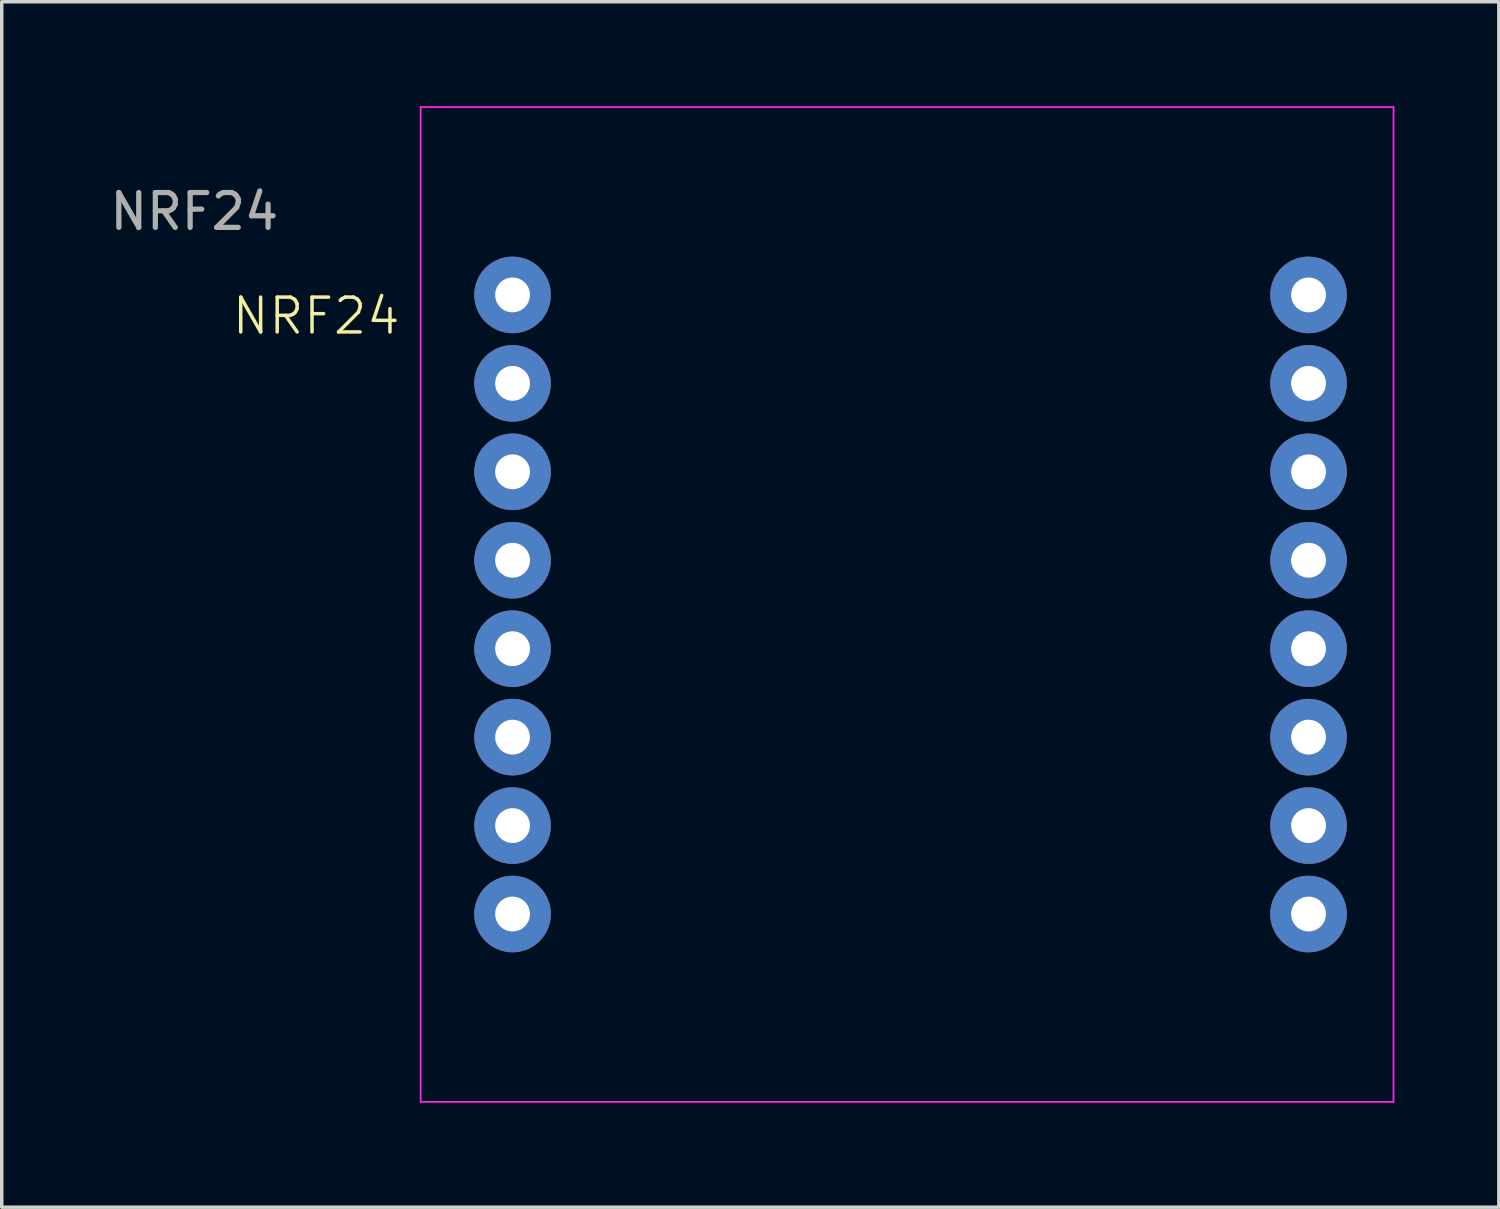
<source format=kicad_pcb>
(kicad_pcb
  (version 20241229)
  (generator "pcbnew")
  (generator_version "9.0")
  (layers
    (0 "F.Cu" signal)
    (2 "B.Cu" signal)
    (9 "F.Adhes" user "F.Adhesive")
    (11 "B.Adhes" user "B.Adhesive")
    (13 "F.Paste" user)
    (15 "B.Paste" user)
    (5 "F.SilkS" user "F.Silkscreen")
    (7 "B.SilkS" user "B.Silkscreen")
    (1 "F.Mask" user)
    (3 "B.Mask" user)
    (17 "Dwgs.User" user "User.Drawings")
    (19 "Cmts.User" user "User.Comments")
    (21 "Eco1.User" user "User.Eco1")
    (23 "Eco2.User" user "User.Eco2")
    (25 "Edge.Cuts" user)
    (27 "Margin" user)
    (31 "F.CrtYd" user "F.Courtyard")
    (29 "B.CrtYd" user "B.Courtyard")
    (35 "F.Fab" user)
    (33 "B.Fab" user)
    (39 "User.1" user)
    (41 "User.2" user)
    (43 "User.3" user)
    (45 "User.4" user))
  (footprint "NRF24"
    (layer "F.Cu")
    (at 14.03 7.025)
    (property "Reference" "NRF24" (at -8 -1 0) (unlocked yes) (layer "F.SilkS") (effects (font (size 1 1) (thickness 0.1))))
    (attr through_hole)
    (fp_line (start -5 -7) (end -5 21.57) (stroke (width 0.05) (type default)) (layer "F.CrtYd"))
    (fp_line (start -5 -7) (end 22.94 -7) (stroke (width 0.05) (type default)) (layer "F.CrtYd"))
    (fp_line (start -5 21.57) (end 22.94 21.57) (stroke (width 0.05) (type default)) (layer "F.CrtYd"))
    (fp_line (start 22.94 -7) (end 22.94 21.57) (stroke (width 0.05) (type default)) (layer "F.CrtYd"))
    (fp_text user "${REFERENCE}" (at -11.5 -4 0) (unlocked yes) (layer "F.Fab") (effects (font (size 1 1) (thickness 0.15))))
    (pad "1" thru_hole circle (at -2.36 -1.605) (size 2.2 2.2) (drill 1) (layers "*.Cu" "*.Mask"))
    (pad "2" thru_hole circle (at -2.36 0.935) (size 2.2 2.2) (drill 1) (layers "*.Cu" "*.Mask"))
    (pad "3" thru_hole circle (at -2.36 3.475) (size 2.2 2.2) (drill 1) (layers "*.Cu" "*.Mask"))
    (pad "4" thru_hole circle (at -2.36 6.015) (size 2.2 2.2) (drill 1) (layers "*.Cu" "*.Mask"))
    (pad "5" thru_hole circle (at -2.36 8.555) (size 2.2 2.2) (drill 1) (layers "*.Cu" "*.Mask"))
    (pad "6" thru_hole circle (at -2.36 11.095) (size 2.2 2.2) (drill 1) (layers "*.Cu" "*.Mask"))
    (pad "7" thru_hole circle (at -2.36 13.635) (size 2.2 2.2) (drill 1) (layers "*.Cu" "*.Mask"))
    (pad "8" thru_hole circle (at -2.36 16.175) (size 2.2 2.2) (drill 1) (layers "*.Cu" "*.Mask"))
    (pad "9" thru_hole circle (at 20.5 -1.605) (size 2.2 2.2) (drill 1) (layers "*.Cu" "*.Mask"))
    (pad "10" thru_hole circle (at 20.5 0.935) (size 2.2 2.2) (drill 1) (layers "*.Cu" "*.Mask"))
    (pad "11" thru_hole circle (at 20.5 3.475) (size 2.2 2.2) (drill 1) (layers "*.Cu" "*.Mask"))
    (pad "12" thru_hole circle (at 20.5 6.015) (size 2.2 2.2) (drill 1) (layers "*.Cu" "*.Mask"))
    (pad "13" thru_hole circle (at 20.5 8.555) (size 2.2 2.2) (drill 1) (layers "*.Cu" "*.Mask"))
    (pad "14" thru_hole circle (at 20.5 11.095) (size 2.2 2.2) (drill 1) (layers "*.Cu" "*.Mask"))
    (pad "15" thru_hole circle (at 20.5 13.635) (size 2.2 2.2) (drill 1) (layers "*.Cu" "*.Mask"))
    (pad "16" thru_hole circle (at 20.5 16.175) (size 2.2 2.2) (drill 1) (layers "*.Cu" "*.Mask")))
  (gr_rect
    (start -3 -3)
    (end 39.995 31.62)
    (stroke (width 0.1) (type default))
    (fill no)
    (layer "Edge.Cuts")))
</source>
